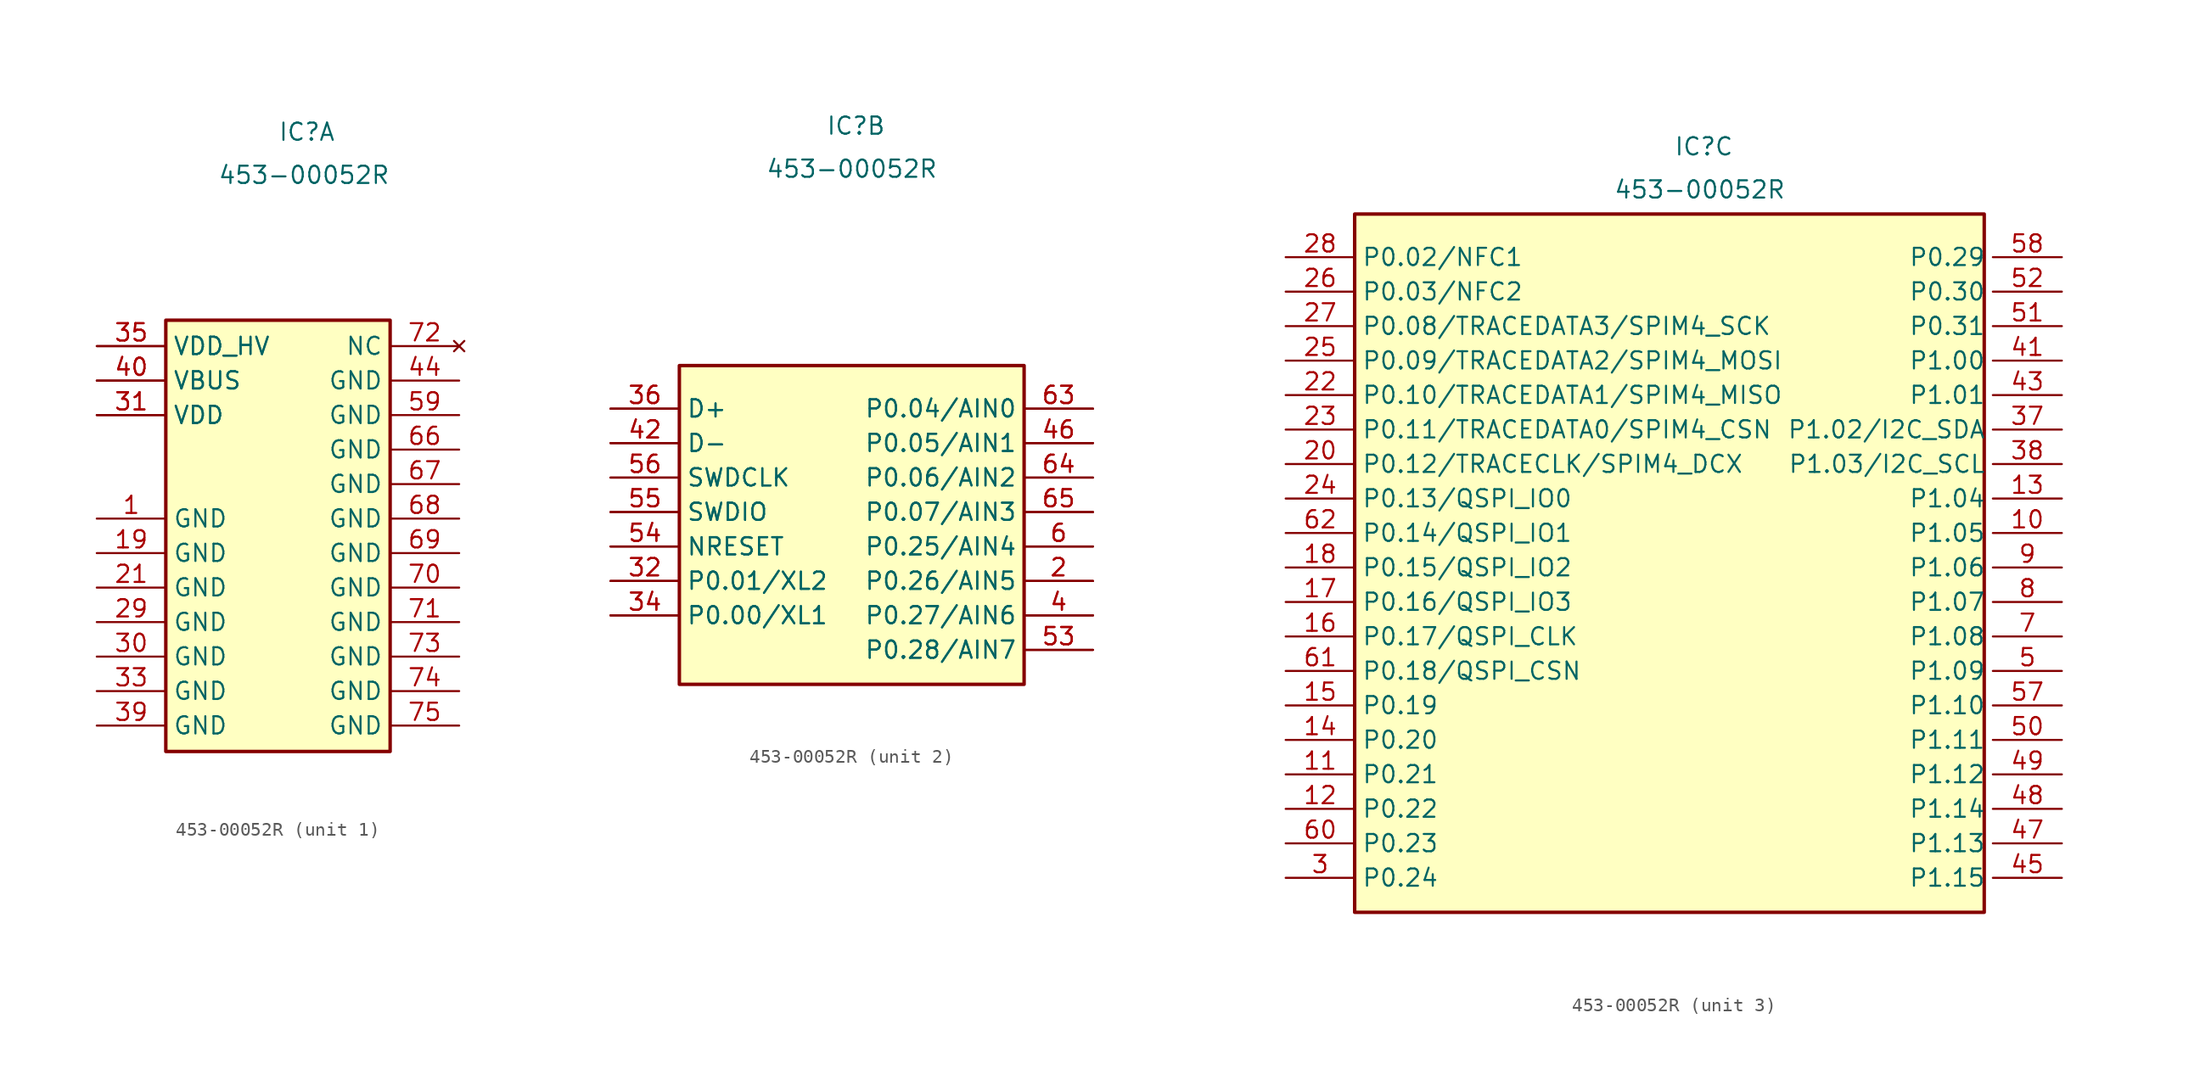
<source format=kicad_sym>
(kicad_symbol_lib
  (version 20241209)
  (generator "kicad_symbol_editor")
  (generator_version "9.0")
  (symbol "453-00052R"
    (property "Reference" "IC"
      (at -0.635 30.48 0)
      (effects (font (size 1.27 1.27)) (justify left top)))
    (property "Value" "453-00052R"
      (at -5.08 27.305 0)
      (effects (font (size 1.27 1.27)) (justify left top)))
    (property "ki_locked" ""
      (at 0 0 0)
      (effects (font (size 1.27 1.27))))
    (symbol "453-00052R_1_1"
      (rectangle (start -8.89 15.875) (end 7.62 -15.875) (stroke (width 0.254) (type default)) (fill (type background)))
      (pin passive line (at -13.97 13.97 0) (length 5.08) (name "VDD_HV" (effects (font (size 1.27 1.27)))) (number "35" (effects (font (size 1.27 1.27)))))
      (pin passive line (at -13.97 13.97 0) (length 5.08) (name "VDD_HV" (effects (font (size 1.27 1.27)))) (number "35" (effects (font (size 1.27 1.27)))))
      (pin passive line (at -13.97 11.43 0) (length 5.08) (name "VBUS" (effects (font (size 1.27 1.27)))) (number "40" (effects (font (size 1.27 1.27)))))
      (pin passive line (at -13.97 11.43 0) (length 5.08) (name "VBUS" (effects (font (size 1.27 1.27)))) (number "40" (effects (font (size 1.27 1.27)))))
      (pin passive line (at -13.97 8.89 0) (length 5.08) (name "VDD" (effects (font (size 1.27 1.27)))) (number "31" (effects (font (size 1.27 1.27)))))
      (pin passive line (at -13.97 8.89 0) (length 5.08) (name "VDD" (effects (font (size 1.27 1.27)))) (number "31" (effects (font (size 1.27 1.27)))))
      (pin passive line (at -13.97 1.27 0) (length 5.08) (name "GND" (effects (font (size 1.27 1.27)))) (number "1" (effects (font (size 1.27 1.27)))))
      (pin passive line (at -13.97 -1.27 0) (length 5.08) (name "GND" (effects (font (size 1.27 1.27)))) (number "19" (effects (font (size 1.27 1.27)))))
      (pin passive line (at -13.97 -3.81 0) (length 5.08) (name "GND" (effects (font (size 1.27 1.27)))) (number "21" (effects (font (size 1.27 1.27)))))
      (pin passive line (at -13.97 -6.35 0) (length 5.08) (name "GND" (effects (font (size 1.27 1.27)))) (number "29" (effects (font (size 1.27 1.27)))))
      (pin passive line (at -13.97 -8.89 0) (length 5.08) (name "GND" (effects (font (size 1.27 1.27)))) (number "30" (effects (font (size 1.27 1.27)))))
      (pin passive line (at -13.97 -11.43 0) (length 5.08) (name "GND" (effects (font (size 1.27 1.27)))) (number "33" (effects (font (size 1.27 1.27)))))
      (pin passive line (at -13.97 -13.97 0) (length 5.08) (name "GND" (effects (font (size 1.27 1.27)))) (number "39" (effects (font (size 1.27 1.27)))))
      (pin no_connect line (at 12.7 13.97 180) (length 5.08) (name "NC" (effects (font (size 1.27 1.27)))) (number "72" (effects (font (size 1.27 1.27)))))
      (pin passive line (at 12.7 11.43 180) (length 5.08) (name "GND" (effects (font (size 1.27 1.27)))) (number "44" (effects (font (size 1.27 1.27)))))
      (pin passive line (at 12.7 8.89 180) (length 5.08) (name "GND" (effects (font (size 1.27 1.27)))) (number "59" (effects (font (size 1.27 1.27)))))
      (pin passive line (at 12.7 6.35 180) (length 5.08) (name "GND" (effects (font (size 1.27 1.27)))) (number "66" (effects (font (size 1.27 1.27)))))
      (pin passive line (at 12.7 3.81 180) (length 5.08) (name "GND" (effects (font (size 1.27 1.27)))) (number "67" (effects (font (size 1.27 1.27)))))
      (pin passive line (at 12.7 1.27 180) (length 5.08) (name "GND" (effects (font (size 1.27 1.27)))) (number "68" (effects (font (size 1.27 1.27)))))
      (pin passive line (at 12.7 -1.27 180) (length 5.08) (name "GND" (effects (font (size 1.27 1.27)))) (number "69" (effects (font (size 1.27 1.27)))))
      (pin passive line (at 12.7 -3.81 180) (length 5.08) (name "GND" (effects (font (size 1.27 1.27)))) (number "70" (effects (font (size 1.27 1.27)))))
      (pin passive line (at 12.7 -6.35 180) (length 5.08) (name "GND" (effects (font (size 1.27 1.27)))) (number "71" (effects (font (size 1.27 1.27)))))
      (pin passive line (at 12.7 -8.89 180) (length 5.08) (name "GND" (effects (font (size 1.27 1.27)))) (number "73" (effects (font (size 1.27 1.27)))))
      (pin passive line (at 12.7 -11.43 180) (length 5.08) (name "GND" (effects (font (size 1.27 1.27)))) (number "74" (effects (font (size 1.27 1.27)))))
      (pin passive line (at 12.7 -13.97 180) (length 5.08) (name "GND" (effects (font (size 1.27 1.27)))) (number "75" (effects (font (size 1.27 1.27))))))
    (symbol "453-00052R_2_1"
      (rectangle (start -11.43 12.065) (end 13.97 -11.43) (stroke (width 0.254) (type default)) (fill (type background)))
      (pin passive line (at -16.51 8.89 0) (length 5.08) (name "D+" (effects (font (size 1.27 1.27)))) (number "36" (effects (font (size 1.27 1.27)))))
      (pin passive line (at -16.51 8.89 0) (length 5.08) (name "D+" (effects (font (size 1.27 1.27)))) (number "36" (effects (font (size 1.27 1.27)))))
      (pin passive line (at -16.51 6.35 0) (length 5.08) (name "D-" (effects (font (size 1.27 1.27)))) (number "42" (effects (font (size 1.27 1.27)))))
      (pin passive line (at -16.51 6.35 0) (length 5.08) (name "D-" (effects (font (size 1.27 1.27)))) (number "42" (effects (font (size 1.27 1.27)))))
      (pin passive line (at -16.51 3.81 0) (length 5.08) (name "SWDCLK" (effects (font (size 1.27 1.27)))) (number "56" (effects (font (size 1.27 1.27)))))
      (pin passive line (at -16.51 3.81 0) (length 5.08) (name "SWDCLK" (effects (font (size 1.27 1.27)))) (number "56" (effects (font (size 1.27 1.27)))))
      (pin passive line (at -16.51 1.27 0) (length 5.08) (name "SWDIO" (effects (font (size 1.27 1.27)))) (number "55" (effects (font (size 1.27 1.27)))))
      (pin passive line (at -16.51 1.27 0) (length 5.08) (name "SWDIO" (effects (font (size 1.27 1.27)))) (number "55" (effects (font (size 1.27 1.27)))))
      (pin passive line (at -16.51 -1.27 0) (length 5.08) (name "NRESET" (effects (font (size 1.27 1.27)))) (number "54" (effects (font (size 1.27 1.27)))))
      (pin passive line (at -16.51 -1.27 0) (length 5.08) (name "NRESET" (effects (font (size 1.27 1.27)))) (number "54" (effects (font (size 1.27 1.27)))))
      (pin passive line (at -16.51 -3.81 0) (length 5.08) (name "P0.01/XL2" (effects (font (size 1.27 1.27)))) (number "32" (effects (font (size 1.27 1.27)))))
      (pin passive line (at -16.51 -3.81 0) (length 5.08) (name "P0.01/XL2" (effects (font (size 1.27 1.27)))) (number "32" (effects (font (size 1.27 1.27)))))
      (pin passive line (at -16.51 -6.35 0) (length 5.08) (name "P0.00/XL1" (effects (font (size 1.27 1.27)))) (number "34" (effects (font (size 1.27 1.27)))))
      (pin passive line (at -16.51 -6.35 0) (length 5.08) (name "P0.00/XL1" (effects (font (size 1.27 1.27)))) (number "34" (effects (font (size 1.27 1.27)))))
      (pin passive line (at 19.05 8.89 180) (length 5.08) (name "P0.04/AIN0" (effects (font (size 1.27 1.27)))) (number "63" (effects (font (size 1.27 1.27)))))
      (pin passive line (at 19.05 8.89 180) (length 5.08) (name "P0.04/AIN0" (effects (font (size 1.27 1.27)))) (number "63" (effects (font (size 1.27 1.27)))))
      (pin passive line (at 19.05 6.35 180) (length 5.08) (name "P0.05/AIN1" (effects (font (size 1.27 1.27)))) (number "46" (effects (font (size 1.27 1.27)))))
      (pin passive line (at 19.05 6.35 180) (length 5.08) (name "P0.05/AIN1" (effects (font (size 1.27 1.27)))) (number "46" (effects (font (size 1.27 1.27)))))
      (pin passive line (at 19.05 3.81 180) (length 5.08) (name "P0.06/AIN2" (effects (font (size 1.27 1.27)))) (number "64" (effects (font (size 1.27 1.27)))))
      (pin passive line (at 19.05 3.81 180) (length 5.08) (name "P0.06/AIN2" (effects (font (size 1.27 1.27)))) (number "64" (effects (font (size 1.27 1.27)))))
      (pin passive line (at 19.05 1.27 180) (length 5.08) (name "P0.07/AIN3" (effects (font (size 1.27 1.27)))) (number "65" (effects (font (size 1.27 1.27)))))
      (pin passive line (at 19.05 1.27 180) (length 5.08) (name "P0.07/AIN3" (effects (font (size 1.27 1.27)))) (number "65" (effects (font (size 1.27 1.27)))))
      (pin passive line (at 19.05 -1.27 180) (length 5.08) (name "P0.25/AIN4" (effects (font (size 1.27 1.27)))) (number "6" (effects (font (size 1.27 1.27)))))
      (pin passive line (at 19.05 -1.27 180) (length 5.08) (name "P0.25/AIN4" (effects (font (size 1.27 1.27)))) (number "6" (effects (font (size 1.27 1.27)))))
      (pin passive line (at 19.05 -3.81 180) (length 5.08) (name "P0.26/AIN5" (effects (font (size 1.27 1.27)))) (number "2" (effects (font (size 1.27 1.27)))))
      (pin passive line (at 19.05 -3.81 180) (length 5.08) (name "P0.26/AIN5" (effects (font (size 1.27 1.27)))) (number "2" (effects (font (size 1.27 1.27)))))
      (pin passive line (at 19.05 -6.35 180) (length 5.08) (name "P0.27/AIN6" (effects (font (size 1.27 1.27)))) (number "4" (effects (font (size 1.27 1.27)))))
      (pin passive line (at 19.05 -6.35 180) (length 5.08) (name "P0.27/AIN6" (effects (font (size 1.27 1.27)))) (number "4" (effects (font (size 1.27 1.27)))))
      (pin passive line (at 19.05 -8.89 180) (length 5.08) (name "P0.28/AIN7" (effects (font (size 1.27 1.27)))) (number "53" (effects (font (size 1.27 1.27)))))
      (pin passive line (at 19.05 -8.89 180) (length 5.08) (name "P0.28/AIN7" (effects (font (size 1.27 1.27)))) (number "53" (effects (font (size 1.27 1.27))))))
    (symbol "453-00052R_3_1"
      (rectangle (start -24.13 24.765) (end 22.225 -26.67) (stroke (width 0.254) (type default)) (fill (type background)))
      (pin passive line (at -29.21 21.59 0) (length 5.08) (name "P0.02/NFC1" (effects (font (size 1.27 1.27)))) (number "28" (effects (font (size 1.27 1.27)))))
      (pin passive line (at -29.21 19.05 0) (length 5.08) (name "P0.03/NFC2" (effects (font (size 1.27 1.27)))) (number "26" (effects (font (size 1.27 1.27)))))
      (pin passive line (at -29.21 16.51 0) (length 5.08) (name "P0.08/TRACEDATA3/SPIM4_SCK" (effects (font (size 1.27 1.27)))) (number "27" (effects (font (size 1.27 1.27)))))
      (pin passive line (at -29.21 13.97 0) (length 5.08) (name "P0.09/TRACEDATA2/SPIM4_MOSI" (effects (font (size 1.27 1.27)))) (number "25" (effects (font (size 1.27 1.27)))))
      (pin passive line (at -29.21 11.43 0) (length 5.08) (name "P0.10/TRACEDATA1/SPIM4_MISO" (effects (font (size 1.27 1.27)))) (number "22" (effects (font (size 1.27 1.27)))))
      (pin passive line (at -29.21 8.89 0) (length 5.08) (name "P0.11/TRACEDATA0/SPIM4_CSN" (effects (font (size 1.27 1.27)))) (number "23" (effects (font (size 1.27 1.27)))))
      (pin passive line (at -29.21 6.35 0) (length 5.08) (name "P0.12/TRACECLK/SPIM4_DCX" (effects (font (size 1.27 1.27)))) (number "20" (effects (font (size 1.27 1.27)))))
      (pin passive line (at -29.21 3.81 0) (length 5.08) (name "P0.13/QSPI_IO0" (effects (font (size 1.27 1.27)))) (number "24" (effects (font (size 1.27 1.27)))))
      (pin passive line (at -29.21 1.27 0) (length 5.08) (name "P0.14/QSPI_IO1" (effects (font (size 1.27 1.27)))) (number "62" (effects (font (size 1.27 1.27)))))
      (pin passive line (at -29.21 -1.27 0) (length 5.08) (name "P0.15/QSPI_IO2" (effects (font (size 1.27 1.27)))) (number "18" (effects (font (size 1.27 1.27)))))
      (pin passive line (at -29.21 -3.81 0) (length 5.08) (name "P0.16/QSPI_IO3" (effects (font (size 1.27 1.27)))) (number "17" (effects (font (size 1.27 1.27)))))
      (pin passive line (at -29.21 -6.35 0) (length 5.08) (name "P0.17/QSPI_CLK" (effects (font (size 1.27 1.27)))) (number "16" (effects (font (size 1.27 1.27)))))
      (pin passive line (at -29.21 -8.89 0) (length 5.08) (name "P0.18/QSPI_CSN" (effects (font (size 1.27 1.27)))) (number "61" (effects (font (size 1.27 1.27)))))
      (pin passive line (at -29.21 -11.43 0) (length 5.08) (name "P0.19" (effects (font (size 1.27 1.27)))) (number "15" (effects (font (size 1.27 1.27)))))
      (pin passive line (at -29.21 -13.97 0) (length 5.08) (name "P0.20" (effects (font (size 1.27 1.27)))) (number "14" (effects (font (size 1.27 1.27)))))
      (pin passive line (at -29.21 -16.51 0) (length 5.08) (name "P0.21" (effects (font (size 1.27 1.27)))) (number "11" (effects (font (size 1.27 1.27)))))
      (pin passive line (at -29.21 -19.05 0) (length 5.08) (name "P0.22" (effects (font (size 1.27 1.27)))) (number "12" (effects (font (size 1.27 1.27)))))
      (pin passive line (at -29.21 -21.59 0) (length 5.08) (name "P0.23" (effects (font (size 1.27 1.27)))) (number "60" (effects (font (size 1.27 1.27)))))
      (pin passive line (at -29.21 -24.13 0) (length 5.08) (name "P0.24" (effects (font (size 1.27 1.27)))) (number "3" (effects (font (size 1.27 1.27)))))
      (pin passive line (at 27.94 21.59 180) (length 5.08) (name "P0.29" (effects (font (size 1.27 1.27)))) (number "58" (effects (font (size 1.27 1.27)))))
      (pin passive line (at 27.94 19.05 180) (length 5.08) (name "P0.30" (effects (font (size 1.27 1.27)))) (number "52" (effects (font (size 1.27 1.27)))))
      (pin passive line (at 27.94 16.51 180) (length 5.08) (name "P0.31" (effects (font (size 1.27 1.27)))) (number "51" (effects (font (size 1.27 1.27)))))
      (pin passive line (at 27.94 13.97 180) (length 5.08) (name "P1.00" (effects (font (size 1.27 1.27)))) (number "41" (effects (font (size 1.27 1.27)))))
      (pin passive line (at 27.94 11.43 180) (length 5.08) (name "P1.01" (effects (font (size 1.27 1.27)))) (number "43" (effects (font (size 1.27 1.27)))))
      (pin passive line (at 27.94 8.89 180) (length 5.08) (name "P1.02/I2C_SDA" (effects (font (size 1.27 1.27)))) (number "37" (effects (font (size 1.27 1.27)))))
      (pin passive line (at 27.94 6.35 180) (length 5.08) (name "P1.03/I2C_SCL" (effects (font (size 1.27 1.27)))) (number "38" (effects (font (size 1.27 1.27)))))
      (pin passive line (at 27.94 3.81 180) (length 5.08) (name "P1.04" (effects (font (size 1.27 1.27)))) (number "13" (effects (font (size 1.27 1.27)))))
      (pin passive line (at 27.94 1.27 180) (length 5.08) (name "P1.05" (effects (font (size 1.27 1.27)))) (number "10" (effects (font (size 1.27 1.27)))))
      (pin passive line (at 27.94 -1.27 180) (length 5.08) (name "P1.06" (effects (font (size 1.27 1.27)))) (number "9" (effects (font (size 1.27 1.27)))))
      (pin passive line (at 27.94 -3.81 180) (length 5.08) (name "P1.07" (effects (font (size 1.27 1.27)))) (number "8" (effects (font (size 1.27 1.27)))))
      (pin passive line (at 27.94 -6.35 180) (length 5.08) (name "P1.08" (effects (font (size 1.27 1.27)))) (number "7" (effects (font (size 1.27 1.27)))))
      (pin passive line (at 27.94 -8.89 180) (length 5.08) (name "P1.09" (effects (font (size 1.27 1.27)))) (number "5" (effects (font (size 1.27 1.27)))))
      (pin passive line (at 27.94 -11.43 180) (length 5.08) (name "P1.10" (effects (font (size 1.27 1.27)))) (number "57" (effects (font (size 1.27 1.27)))))
      (pin passive line (at 27.94 -13.97 180) (length 5.08) (name "P1.11" (effects (font (size 1.27 1.27)))) (number "50" (effects (font (size 1.27 1.27)))))
      (pin passive line (at 27.94 -16.51 180) (length 5.08) (name "P1.12" (effects (font (size 1.27 1.27)))) (number "49" (effects (font (size 1.27 1.27)))))
      (pin passive line (at 27.94 -19.05 180) (length 5.08) (name "P1.14" (effects (font (size 1.27 1.27)))) (number "48" (effects (font (size 1.27 1.27)))))
      (pin passive line (at 27.94 -21.59 180) (length 5.08) (name "P1.13" (effects (font (size 1.27 1.27)))) (number "47" (effects (font (size 1.27 1.27)))))
      (pin passive line (at 27.94 -24.13 180) (length 5.08) (name "P1.15" (effects (font (size 1.27 1.27)))) (number "45" (effects (font (size 1.27 1.27))))))))
</source>
